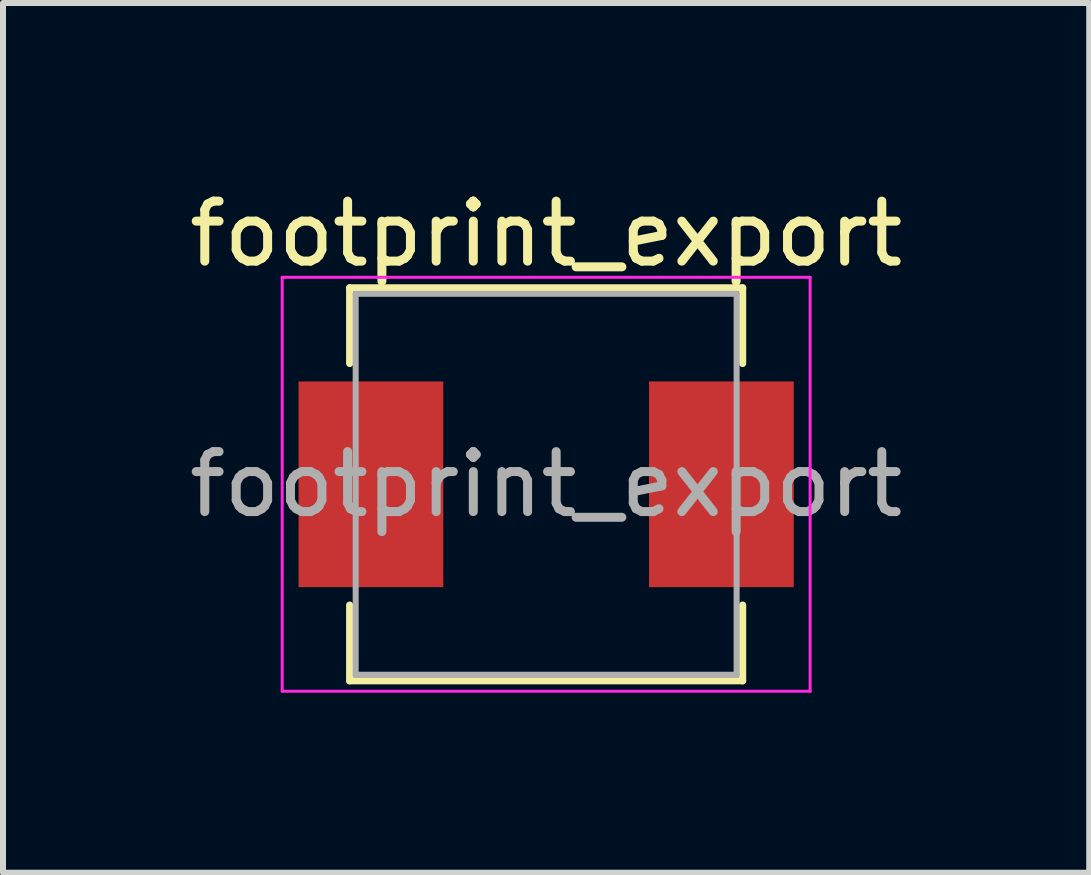
<source format=kicad_pcb>
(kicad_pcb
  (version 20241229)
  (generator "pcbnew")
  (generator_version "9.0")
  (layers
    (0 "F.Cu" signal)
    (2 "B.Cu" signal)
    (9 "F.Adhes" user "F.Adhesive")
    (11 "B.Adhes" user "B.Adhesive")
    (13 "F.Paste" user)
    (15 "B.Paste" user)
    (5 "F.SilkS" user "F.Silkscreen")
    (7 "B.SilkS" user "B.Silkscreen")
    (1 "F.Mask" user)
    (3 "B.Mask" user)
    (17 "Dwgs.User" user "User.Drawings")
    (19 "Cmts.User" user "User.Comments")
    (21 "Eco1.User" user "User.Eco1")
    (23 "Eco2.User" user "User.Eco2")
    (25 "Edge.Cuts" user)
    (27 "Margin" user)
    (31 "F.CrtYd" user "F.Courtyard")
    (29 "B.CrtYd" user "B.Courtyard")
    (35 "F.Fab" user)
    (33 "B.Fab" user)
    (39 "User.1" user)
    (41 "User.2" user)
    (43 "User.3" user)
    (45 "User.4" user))
  (footprint "footprint_export"
    (layer "F.Cu")
    (at 6.054 5.023)
    (property "Reference" "footprint_export" (at 0 -4.175 0) (layer "F.SilkS") (effects (font (size 1 1) (thickness 0.15))))
    (attr smd)
    (fp_line (start -3.275 -3.275) (end 3.275 -3.275) (stroke (width 0.12) (type solid)) (layer "F.SilkS"))
    (fp_line (start -3.275 -2.014) (end -3.275 -3.275) (stroke (width 0.12) (type solid)) (layer "F.SilkS"))
    (fp_line (start -3.275 2.014) (end -3.275 3.275) (stroke (width 0.12) (type solid)) (layer "F.SilkS"))
    (fp_line (start -3.275 3.275) (end 3.275 3.275) (stroke (width 0.12) (type solid)) (layer "F.SilkS"))
    (fp_line (start 3.275 -3.275) (end 3.275 -2.014) (stroke (width 0.12) (type solid)) (layer "F.SilkS"))
    (fp_line (start 3.275 3.275) (end 3.275 2.014) (stroke (width 0.12) (type solid)) (layer "F.SilkS"))
    (fp_line (start -4.4 -3.45) (end -4.4 3.45) (stroke (width 0.05) (type solid)) (layer "F.CrtYd"))
    (fp_line (start -4.4 3.45) (end 4.4 3.45) (stroke (width 0.05) (type solid)) (layer "F.CrtYd"))
    (fp_line (start 4.4 -3.45) (end -4.4 -3.45) (stroke (width 0.05) (type solid)) (layer "F.CrtYd"))
    (fp_line (start 4.4 3.45) (end 4.4 -3.45) (stroke (width 0.05) (type solid)) (layer "F.CrtYd"))
    (fp_line (start -3.175 -3.175) (end -3.175 3.175) (stroke (width 0.1) (type solid)) (layer "F.Fab"))
    (fp_line (start -3.175 3.175) (end 3.175 3.175) (stroke (width 0.1) (type solid)) (layer "F.Fab"))
    (fp_line (start 3.175 -3.175) (end -3.175 -3.175) (stroke (width 0.1) (type solid)) (layer "F.Fab"))
    (fp_line (start 3.175 3.175) (end 3.175 -3.175) (stroke (width 0.1) (type solid)) (layer "F.Fab"))
    (fp_text user "${REFERENCE}" (at 0 0 0) (layer "F.Fab") (effects (font (size 1 1) (thickness 0.15))))
    (pad "1" smd rect (at -2.921 0) (size 2.413 3.429) (layers "F.Cu" "F.Mask" "F.Paste"))
    (pad "2" smd rect (at 2.921 0) (size 2.413 3.429) (layers "F.Cu" "F.Mask" "F.Paste")))
  (gr_rect
    (start -3 -3)
    (end 15.107 11.498)
    (stroke (width 0.1) (type default))
    (fill no)
    (layer "Edge.Cuts")))
</source>
